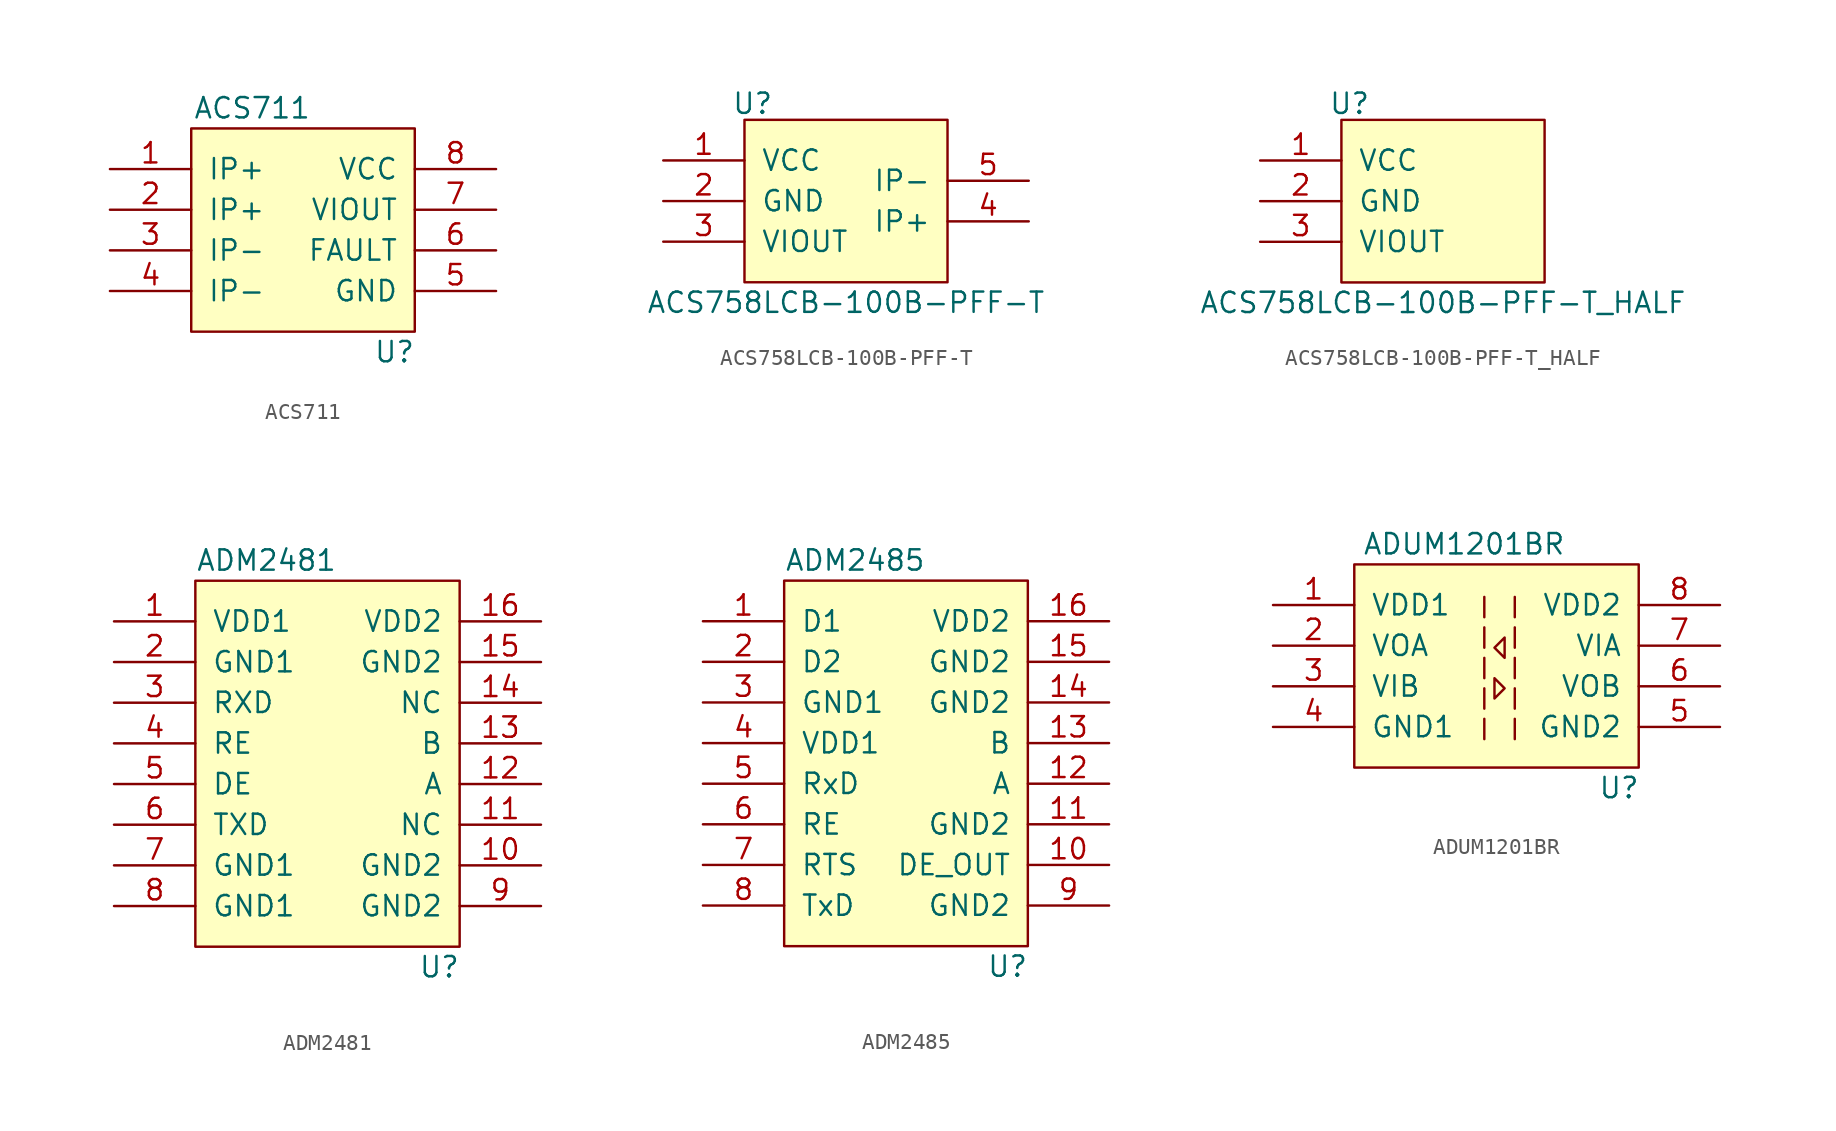
<source format=kicad_sym>
(kicad_symbol_lib
  (version 20211014)
  (generator kicad_symbol_editor)
  (symbol "ACS711"
    (pin_names
      (offset 1.016))
    (property "Reference" "U"
      (at 12.7 -11.43 0)
      (effects (font (size 1.27 1.27))))
    (property "Value" "ACS711"
      (at 3.81 3.81 0)
      (effects (font (size 1.27 1.27))))
    (symbol "ACS711_0_1"
      (rectangle (start 0 2.54) (end 13.97 -10.16) (stroke (width 0) (type default) (color 0 0 0 0)) (fill (type background))))
    (symbol "ACS711_1_1"
      (pin input line (at -5.08 0 0) (length 5.08) (name "IP+" (effects (font (size 1.27 1.27)))) (number "1" (effects (font (size 1.27 1.27)))))
      (pin input line (at -5.08 -2.54 0) (length 5.08) (name "IP+" (effects (font (size 1.27 1.27)))) (number "2" (effects (font (size 1.27 1.27)))))
      (pin input line (at -5.08 -5.08 0) (length 5.08) (name "IP-" (effects (font (size 1.27 1.27)))) (number "3" (effects (font (size 1.27 1.27)))))
      (pin input line (at -5.08 -7.62 0) (length 5.08) (name "IP-" (effects (font (size 1.27 1.27)))) (number "4" (effects (font (size 1.27 1.27)))))
      (pin input line (at 19.05 -7.62 180) (length 5.08) (name "GND" (effects (font (size 1.27 1.27)))) (number "5" (effects (font (size 1.27 1.27)))))
      (pin input line (at 19.05 -5.08 180) (length 5.08) (name "FAULT" (effects (font (size 1.27 1.27)))) (number "6" (effects (font (size 1.27 1.27)))))
      (pin input line (at 19.05 -2.54 180) (length 5.08) (name "VIOUT" (effects (font (size 1.27 1.27)))) (number "7" (effects (font (size 1.27 1.27)))))
      (pin input line (at 19.05 0 180) (length 5.08) (name "VCC" (effects (font (size 1.27 1.27)))) (number "8" (effects (font (size 1.27 1.27)))))))
  (symbol "ACS758LCB-100B-PFF-T"
    (pin_names
      (offset 1.016))
    (property "Reference" "U"
      (at 0.508 1.016 0)
      (effects (font (size 1.27 1.27))))
    (property "Value" "ACS758LCB-100B-PFF-T"
      (at 6.35 -11.43 0)
      (effects (font (size 1.27 1.27))))
    (symbol "ACS758LCB-100B-PFF-T_0_1"
      (rectangle (start 0 0) (end 12.7 -10.16) (stroke (width 0) (type default) (color 0 0 0 0)) (fill (type background))))
    (symbol "ACS758LCB-100B-PFF-T_1_1"
      (pin input line (at -5.08 -2.54 0) (length 5.08) (name "VCC" (effects (font (size 1.27 1.27)))) (number "1" (effects (font (size 1.27 1.27)))))
      (pin input line (at -5.08 -5.08 0) (length 5.08) (name "GND" (effects (font (size 1.27 1.27)))) (number "2" (effects (font (size 1.27 1.27)))))
      (pin input line (at -5.08 -7.62 0) (length 5.08) (name "VIOUT" (effects (font (size 1.27 1.27)))) (number "3" (effects (font (size 1.27 1.27)))))
      (pin input line (at 17.78 -6.35 180) (length 5.08) (name "IP+" (effects (font (size 1.27 1.27)))) (number "4" (effects (font (size 1.27 1.27)))))
      (pin input line (at 17.78 -3.81 180) (length 5.08) (name "IP-" (effects (font (size 1.27 1.27)))) (number "5" (effects (font (size 1.27 1.27)))))))
  (symbol "ACS758LCB-100B-PFF-T_HALF"
    (pin_names
      (offset 1.016))
    (property "Reference" "U"
      (at 0.508 1.016 0)
      (effects (font (size 1.27 1.27))))
    (property "Value" "ACS758LCB-100B-PFF-T_HALF"
      (at 6.35 -11.43 0)
      (effects (font (size 1.27 1.27))))
    (symbol "ACS758LCB-100B-PFF-T_HALF_0_1"
      (rectangle (start 0 0) (end 12.7 -10.16) (stroke (width 0) (type default) (color 0 0 0 0)) (fill (type background))))
    (symbol "ACS758LCB-100B-PFF-T_HALF_1_1"
      (pin input line (at -5.08 -2.54 0) (length 5.08) (name "VCC" (effects (font (size 1.27 1.27)))) (number "1" (effects (font (size 1.27 1.27)))))
      (pin input line (at -5.08 -5.08 0) (length 5.08) (name "GND" (effects (font (size 1.27 1.27)))) (number "2" (effects (font (size 1.27 1.27)))))
      (pin input line (at -5.08 -7.62 0) (length 5.08) (name "VIOUT" (effects (font (size 1.27 1.27)))) (number "3" (effects (font (size 1.27 1.27)))))))
  (symbol "ADM2481"
    (pin_names
      (offset 1.016))
    (property "Reference" "U"
      (at 15.24 -21.59 0)
      (effects (font (size 1.27 1.27))))
    (property "Value" "ADM2481"
      (at 4.445 3.81 0)
      (effects (font (size 1.27 1.27))))
    (symbol "ADM2481_0_1"
      (rectangle (start 16.51 2.54) (end 0 -20.32) (stroke (width 0) (type default) (color 0 0 0 0)) (fill (type background))))
    (symbol "ADM2481_1_1"
      (pin input line (at -5.08 0 0) (length 5.08) (name "VDD1" (effects (font (size 1.27 1.27)))) (number "1" (effects (font (size 1.27 1.27)))))
      (pin input line (at 21.59 -15.24 180) (length 5.08) (name "GND2" (effects (font (size 1.27 1.27)))) (number "10" (effects (font (size 1.27 1.27)))))
      (pin input line (at 21.59 -12.7 180) (length 5.08) (name "NC" (effects (font (size 1.27 1.27)))) (number "11" (effects (font (size 1.27 1.27)))))
      (pin input line (at 21.59 -10.16 180) (length 5.08) (name "A" (effects (font (size 1.27 1.27)))) (number "12" (effects (font (size 1.27 1.27)))))
      (pin input line (at 21.59 -7.62 180) (length 5.08) (name "B" (effects (font (size 1.27 1.27)))) (number "13" (effects (font (size 1.27 1.27)))))
      (pin input line (at 21.59 -5.08 180) (length 5.08) (name "NC" (effects (font (size 1.27 1.27)))) (number "14" (effects (font (size 1.27 1.27)))))
      (pin input line (at 21.59 -2.54 180) (length 5.08) (name "GND2" (effects (font (size 1.27 1.27)))) (number "15" (effects (font (size 1.27 1.27)))))
      (pin input line (at 21.59 0 180) (length 5.08) (name "VDD2" (effects (font (size 1.27 1.27)))) (number "16" (effects (font (size 1.27 1.27)))))
      (pin input line (at -5.08 -2.54 0) (length 5.08) (name "GND1" (effects (font (size 1.27 1.27)))) (number "2" (effects (font (size 1.27 1.27)))))
      (pin input line (at -5.08 -5.08 0) (length 5.08) (name "RXD" (effects (font (size 1.27 1.27)))) (number "3" (effects (font (size 1.27 1.27)))))
      (pin input line (at -5.08 -7.62 0) (length 5.08) (name "RE" (effects (font (size 1.27 1.27)))) (number "4" (effects (font (size 1.27 1.27)))))
      (pin input line (at -5.08 -10.16 0) (length 5.08) (name "DE" (effects (font (size 1.27 1.27)))) (number "5" (effects (font (size 1.27 1.27)))))
      (pin input line (at -5.08 -12.7 0) (length 5.08) (name "TXD" (effects (font (size 1.27 1.27)))) (number "6" (effects (font (size 1.27 1.27)))))
      (pin input line (at -5.08 -15.24 0) (length 5.08) (name "GND1" (effects (font (size 1.27 1.27)))) (number "7" (effects (font (size 1.27 1.27)))))
      (pin input line (at -5.08 -17.78 0) (length 5.08) (name "GND1" (effects (font (size 1.27 1.27)))) (number "8" (effects (font (size 1.27 1.27)))))
      (pin input line (at 21.59 -17.78 180) (length 5.08) (name "GND2" (effects (font (size 1.27 1.27)))) (number "9" (effects (font (size 1.27 1.27)))))))
  (symbol "ADM2485"
    (pin_names
      (offset 1.016))
    (property "Reference" "U"
      (at 13.97 -21.59 0)
      (effects (font (size 1.27 1.27))))
    (property "Value" "ADM2485"
      (at 4.445 3.81 0)
      (effects (font (size 1.27 1.27))))
    (symbol "ADM2485_0_1"
      (rectangle (start 0 2.54) (end 15.24 -20.32) (stroke (width 0) (type default) (color 0 0 0 0)) (fill (type background))))
    (symbol "ADM2485_1_1"
      (pin input line (at -5.08 0 0) (length 5.08) (name "D1" (effects (font (size 1.27 1.27)))) (number "1" (effects (font (size 1.27 1.27)))))
      (pin input line (at 20.32 -15.24 180) (length 5.08) (name "DE_OUT" (effects (font (size 1.27 1.27)))) (number "10" (effects (font (size 1.27 1.27)))))
      (pin input line (at 20.32 -12.7 180) (length 5.08) (name "GND2" (effects (font (size 1.27 1.27)))) (number "11" (effects (font (size 1.27 1.27)))))
      (pin input line (at 20.32 -10.16 180) (length 5.08) (name "A" (effects (font (size 1.27 1.27)))) (number "12" (effects (font (size 1.27 1.27)))))
      (pin input line (at 20.32 -7.62 180) (length 5.08) (name "B" (effects (font (size 1.27 1.27)))) (number "13" (effects (font (size 1.27 1.27)))))
      (pin input line (at 20.32 -5.08 180) (length 5.08) (name "GND2" (effects (font (size 1.27 1.27)))) (number "14" (effects (font (size 1.27 1.27)))))
      (pin input line (at 20.32 -2.54 180) (length 5.08) (name "GND2" (effects (font (size 1.27 1.27)))) (number "15" (effects (font (size 1.27 1.27)))))
      (pin input line (at 20.32 0 180) (length 5.08) (name "VDD2" (effects (font (size 1.27 1.27)))) (number "16" (effects (font (size 1.27 1.27)))))
      (pin input line (at -5.08 -2.54 0) (length 5.08) (name "D2" (effects (font (size 1.27 1.27)))) (number "2" (effects (font (size 1.27 1.27)))))
      (pin input line (at -5.08 -5.08 0) (length 5.08) (name "GND1" (effects (font (size 1.27 1.27)))) (number "3" (effects (font (size 1.27 1.27)))))
      (pin input line (at -5.08 -7.62 0) (length 5.08) (name "VDD1" (effects (font (size 1.27 1.27)))) (number "4" (effects (font (size 1.27 1.27)))))
      (pin input line (at -5.08 -10.16 0) (length 5.08) (name "RxD" (effects (font (size 1.27 1.27)))) (number "5" (effects (font (size 1.27 1.27)))))
      (pin input line (at -5.08 -12.7 0) (length 5.08) (name "RE" (effects (font (size 1.27 1.27)))) (number "6" (effects (font (size 1.27 1.27)))))
      (pin input line (at -5.08 -15.24 0) (length 5.08) (name "RTS" (effects (font (size 1.27 1.27)))) (number "7" (effects (font (size 1.27 1.27)))))
      (pin input line (at -5.08 -17.78 0) (length 5.08) (name "TxD" (effects (font (size 1.27 1.27)))) (number "8" (effects (font (size 1.27 1.27)))))
      (pin input line (at 20.32 -17.78 180) (length 5.08) (name "GND2" (effects (font (size 1.27 1.27)))) (number "9" (effects (font (size 1.27 1.27)))))))
  (symbol "ADUM1201BR"
    (pin_names
      (offset 1.016))
    (property "Reference" "U"
      (at 15.24 -11.43 0)
      (effects (font (size 1.27 1.27)) (justify left)))
    (property "Value" "ADUM1201BR"
      (at 0.508 3.81 0)
      (effects (font (size 1.27 1.27)) (justify left)))
    (symbol "ADUM1201BR_0_1"
      (rectangle (start 0 -10.16) (end 17.78 2.54) (stroke (width 0) (type default) (color 0 0 0 0)) (fill (type background)))
      (polyline (pts (xy 8.128 -7.112) (xy 8.128 -8.382)) (stroke (width 0) (type default) (color 0 0 0 0)) (fill (type none)))
      (polyline (pts (xy 8.128 -5.207) (xy 8.128 -6.477)) (stroke (width 0) (type default) (color 0 0 0 0)) (fill (type none)))
      (polyline (pts (xy 8.128 -3.302) (xy 8.128 -4.572)) (stroke (width 0) (type default) (color 0 0 0 0)) (fill (type none)))
      (polyline (pts (xy 8.128 -1.397) (xy 8.128 -2.667)) (stroke (width 0) (type default) (color 0 0 0 0)) (fill (type none)))
      (polyline (pts (xy 8.128 0.508) (xy 8.128 -0.762)) (stroke (width 0) (type default) (color 0 0 0 0)) (fill (type none)))
      (polyline (pts (xy 10.033 -7.112) (xy 10.033 -8.382)) (stroke (width 0) (type default) (color 0 0 0 0)) (fill (type none)))
      (polyline (pts (xy 10.033 -5.207) (xy 10.033 -6.477)) (stroke (width 0) (type default) (color 0 0 0 0)) (fill (type none)))
      (polyline (pts (xy 10.033 -3.302) (xy 10.033 -4.572)) (stroke (width 0) (type default) (color 0 0 0 0)) (fill (type none)))
      (polyline (pts (xy 10.033 -1.397) (xy 10.033 -2.667)) (stroke (width 0) (type default) (color 0 0 0 0)) (fill (type none)))
      (polyline (pts (xy 10.033 0.508) (xy 10.033 -0.762)) (stroke (width 0) (type default) (color 0 0 0 0)) (fill (type none)))
      (polyline (pts (xy 9.398 -5.207) (xy 8.763 -4.572) (xy 8.763 -5.842) (xy 9.398 -5.207)) (stroke (width 0) (type default) (color 0 0 0 0)) (fill (type none)))
      (polyline (pts (xy 9.398 -2.032) (xy 8.763 -2.667) (xy 9.398 -3.302) (xy 9.398 -2.032)) (stroke (width 0) (type default) (color 0 0 0 0)) (fill (type none))))
    (symbol "ADUM1201BR_1_1"
      (pin input line (at -5.08 0 0) (length 5.08) (name "VDD1" (effects (font (size 1.27 1.27)))) (number "1" (effects (font (size 1.27 1.27)))))
      (pin input line (at -5.08 -2.54 0) (length 5.08) (name "VOA" (effects (font (size 1.27 1.27)))) (number "2" (effects (font (size 1.27 1.27)))))
      (pin input line (at -5.08 -5.08 0) (length 5.08) (name "VIB" (effects (font (size 1.27 1.27)))) (number "3" (effects (font (size 1.27 1.27)))))
      (pin input line (at -5.08 -7.62 0) (length 5.08) (name "GND1" (effects (font (size 1.27 1.27)))) (number "4" (effects (font (size 1.27 1.27)))))
      (pin input line (at 22.86 -7.62 180) (length 5.08) (name "GND2" (effects (font (size 1.27 1.27)))) (number "5" (effects (font (size 1.27 1.27)))))
      (pin input line (at 22.86 -5.08 180) (length 5.08) (name "VOB" (effects (font (size 1.27 1.27)))) (number "6" (effects (font (size 1.27 1.27)))))
      (pin input line (at 22.86 -2.54 180) (length 5.08) (name "VIA" (effects (font (size 1.27 1.27)))) (number "7" (effects (font (size 1.27 1.27)))))
      (pin input line (at 22.86 0 180) (length 5.08) (name "VDD2" (effects (font (size 1.27 1.27)))) (number "8" (effects (font (size 1.27 1.27))))))))
</source>
